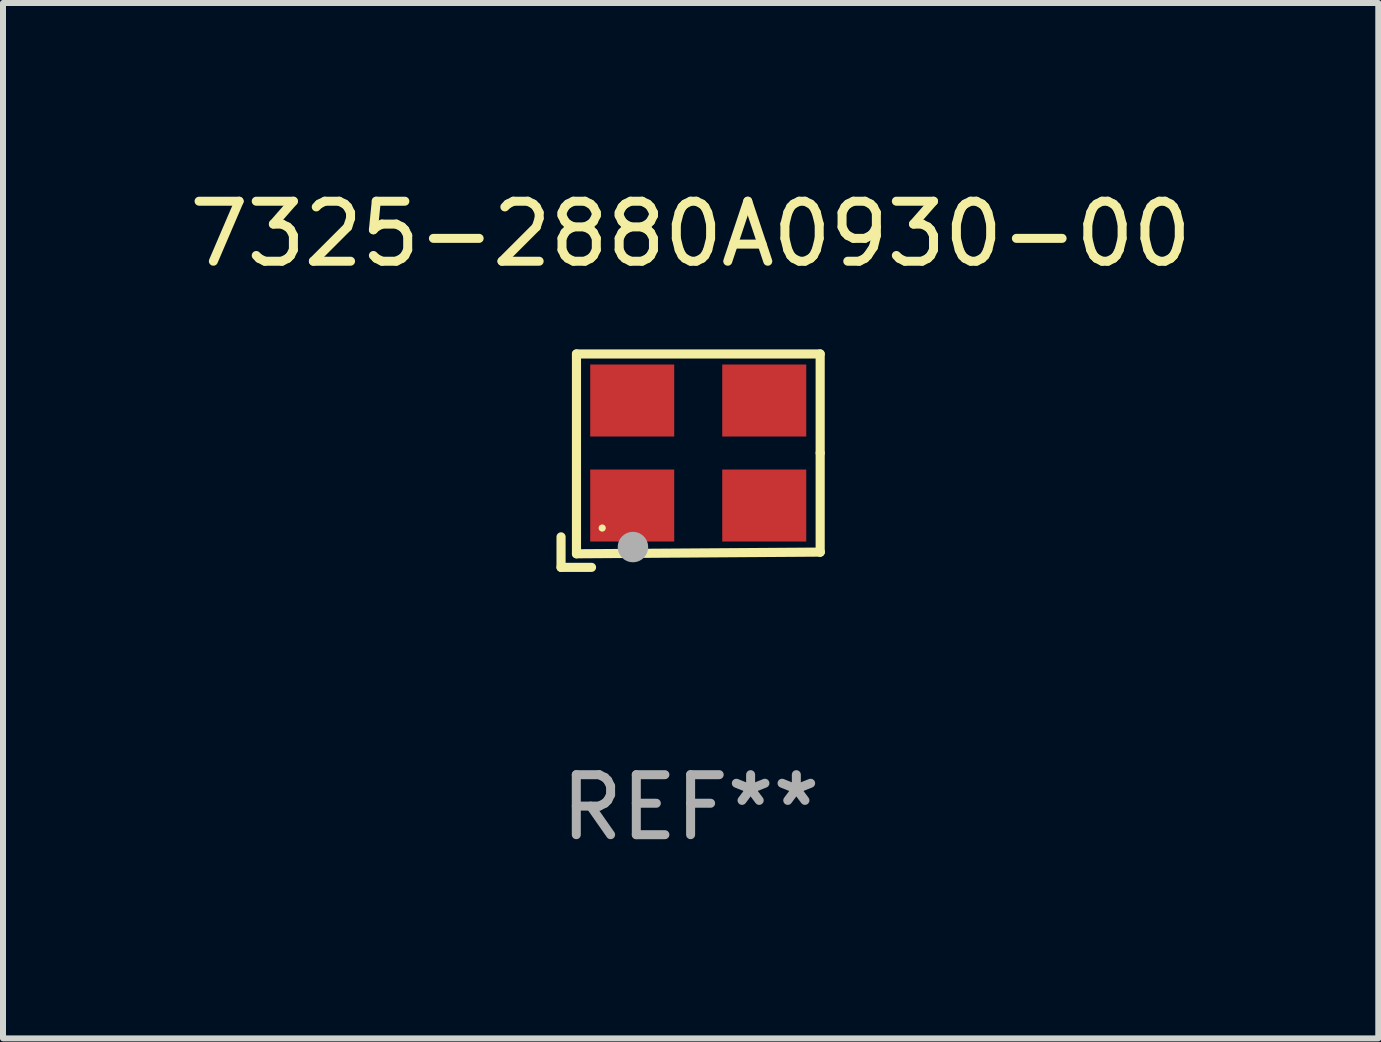
<source format=kicad_pcb>
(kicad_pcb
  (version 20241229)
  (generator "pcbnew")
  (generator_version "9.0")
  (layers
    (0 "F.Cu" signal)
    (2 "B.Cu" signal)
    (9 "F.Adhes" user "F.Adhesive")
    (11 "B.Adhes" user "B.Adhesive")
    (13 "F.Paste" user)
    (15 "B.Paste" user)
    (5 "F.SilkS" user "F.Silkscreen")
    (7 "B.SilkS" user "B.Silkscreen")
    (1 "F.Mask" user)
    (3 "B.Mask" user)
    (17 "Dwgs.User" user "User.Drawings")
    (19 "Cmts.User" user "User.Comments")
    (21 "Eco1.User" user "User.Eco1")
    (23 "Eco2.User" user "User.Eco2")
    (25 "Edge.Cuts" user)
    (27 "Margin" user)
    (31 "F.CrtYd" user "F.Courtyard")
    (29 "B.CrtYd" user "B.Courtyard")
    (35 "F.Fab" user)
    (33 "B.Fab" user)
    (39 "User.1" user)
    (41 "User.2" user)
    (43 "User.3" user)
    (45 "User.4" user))
  (footprint "7325-2880A0930-00"
    (layer "F.Cu")
    (at 8.458 4.626)
    (property "Reference" "7325-2880A0930-00" (at 0 -3.778 0) (layer "F.SilkS") (effects (font (size 1 1) (thickness 0.15))))
    (attr through_hole)
    (fp_line (start -2.159 1.27) (end -2.159 1.778) (stroke (width 0.152) (type solid)) (layer "F.SilkS"))
    (fp_line (start -2.159 1.778) (end -1.651 1.778) (stroke (width 0.152) (type solid)) (layer "F.SilkS"))
    (fp_line (start -1.902 -1.778) (end 2.159 -1.778) (stroke (width 0.152) (type solid)) (layer "F.SilkS"))
    (fp_line (start -1.902 1.552) (end -1.902 -1.778) (stroke (width 0.152) (type solid)) (layer "F.SilkS"))
    (fp_line (start 2.159 -1.778) (end 2.159 -0.127) (stroke (width 0.152) (type solid)) (layer "F.SilkS"))
    (fp_line (start 2.159 -0.127) (end 2.159 1.524) (stroke (width 0.152) (type solid)) (layer "F.SilkS"))
    (fp_line (start 2.159 1.524) (end -1.902 1.552) (stroke (width 0.152) (type solid)) (layer "F.SilkS"))
    (fp_line (start 2.159 1.524) (end 2.159 1.524) (stroke (width 0.152) (type solid)) (layer "F.SilkS"))
    (fp_circle (center -1.473 1.123) (end -1.443 1.123) (stroke (width 0.06) (type solid)) (fill no) (layer "F.SilkS"))
    (fp_circle (center -0.961 1.44) (end -0.834 1.44) (stroke (width 0.254) (type solid)) (fill no) (layer "F.Fab"))
    (fp_text user "REF**" (at 0 5.778 0) (layer "F.Fab") (effects (font (size 1 1) (thickness 0.15))))
    (pad "1" smd rect (at -0.973 0.748) (size 1.4 1.2) (layers "F.Cu" "F.Mask" "F.Paste"))
    (pad "2" smd rect (at 1.227 0.748) (size 1.4 1.2) (layers "F.Cu" "F.Mask" "F.Paste"))
    (pad "3" smd rect (at 1.227 -1.002) (size 1.4 1.2) (layers "F.Cu" "F.Mask" "F.Paste"))
    (pad "4" smd rect (at -0.973 -1.002) (size 1.4 1.2) (layers "F.Cu" "F.Mask" "F.Paste")))
  (gr_rect
    (start -3 -3)
    (end 19.917 14.253)
    (stroke (width 0.1) (type default))
    (fill no)
    (layer "Edge.Cuts")))
</source>
